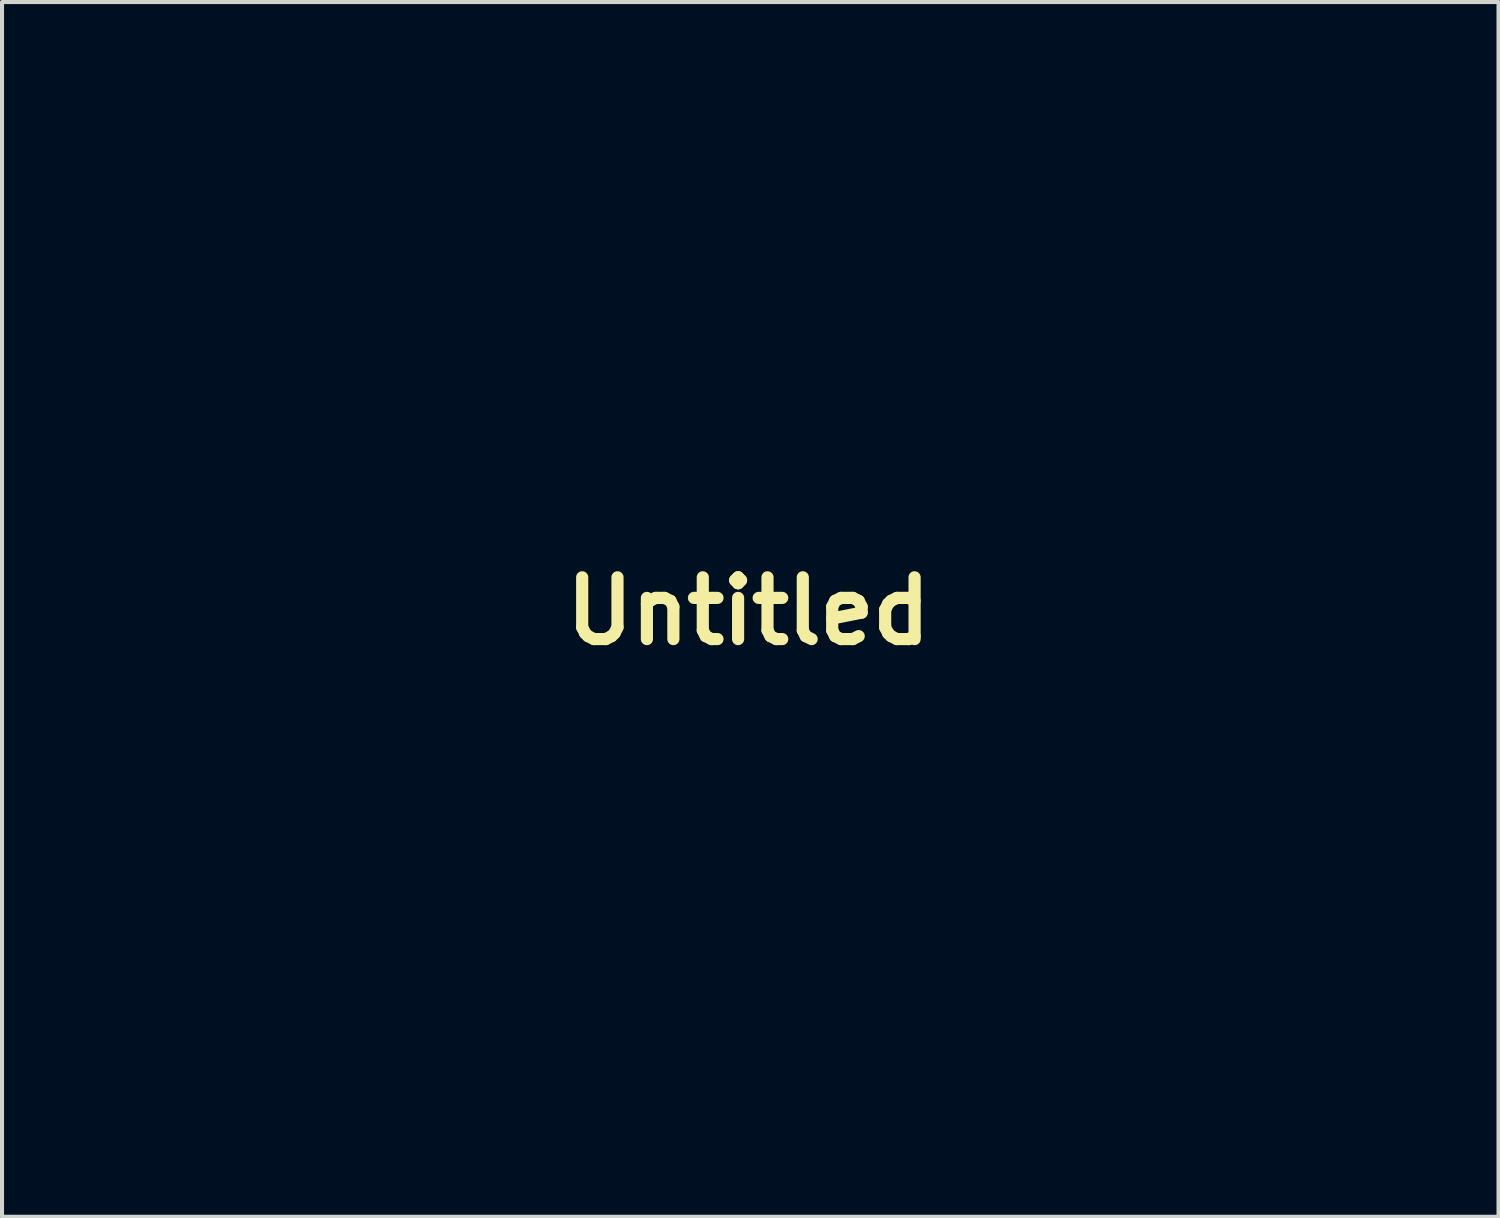
<source format=kicad_pcb>
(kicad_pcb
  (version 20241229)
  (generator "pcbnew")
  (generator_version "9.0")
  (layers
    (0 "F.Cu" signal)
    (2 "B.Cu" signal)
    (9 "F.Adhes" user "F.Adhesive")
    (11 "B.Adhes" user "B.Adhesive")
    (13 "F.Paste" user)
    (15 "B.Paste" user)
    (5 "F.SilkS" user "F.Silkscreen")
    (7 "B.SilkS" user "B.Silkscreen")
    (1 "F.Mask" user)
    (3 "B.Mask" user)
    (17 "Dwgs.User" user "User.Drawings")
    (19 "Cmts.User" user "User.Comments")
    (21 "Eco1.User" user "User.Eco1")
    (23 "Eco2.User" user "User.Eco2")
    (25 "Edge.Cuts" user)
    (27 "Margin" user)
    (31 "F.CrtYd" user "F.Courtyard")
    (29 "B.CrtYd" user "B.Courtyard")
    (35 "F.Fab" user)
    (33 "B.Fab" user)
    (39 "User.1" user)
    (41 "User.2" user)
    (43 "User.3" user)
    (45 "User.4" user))
  (footprint "Untitled"
    (layer "F.Cu")
    (at 15.414 12.028)
    (property "Reference" "Untitled" (at 0 0 0) (layer "F.SilkS") (effects (font (size 1.524 1.524) (thickness 0.3))))
    (attr through_hole)
    (fp_poly (pts (xy 0.903 7.902) (xy 0.891 7.953) (xy 0.847 7.959) (xy 0.777 7.928) (xy 0.79 7.902) (xy 0.891 7.892) (xy 0.903 7.902)) (stroke (width 0.01) (type solid)) (fill no) (layer "Eco2.User"))
    (fp_poly (pts (xy 6.071 8.77) (xy 6.062 8.936) (xy 6.049 9.017) (xy 5.995 9.276) (xy 5.95 9.398) (xy 5.92 9.369) (xy 5.917 9.349) (xy 5.919 9.113) (xy 5.964 8.886) (xy 6.025 8.763) (xy 6.071 8.77)) (stroke (width 0.01) (type solid)) (fill no) (layer "Eco2.User"))
    (fp_poly (pts (xy 0.906 8.202) (xy 0.931 8.379) (xy 0.931 8.382) (xy 0.907 8.56) (xy 0.848 8.636) (xy 0.847 8.636) (xy 0.787 8.562) (xy 0.762 8.385) (xy 0.762 8.382) (xy 0.787 8.204) (xy 0.846 8.128) (xy 0.847 8.128) (xy 0.906 8.202)) (stroke (width 0.01) (type solid)) (fill no) (layer "Eco2.User"))
    (fp_poly (pts (xy 7.223 9.047) (xy 7.197 9.229) (xy 7.177 9.313) (xy 7.11 9.524) (xy 7.046 9.642) (xy 7.029 9.652) (xy 7.01 9.58) (xy 7.036 9.399) (xy 7.057 9.313) (xy 7.125 9.103) (xy 7.189 8.985) (xy 7.205 8.975) (xy 7.223 9.047)) (stroke (width 0.01) (type solid)) (fill no) (layer "Eco2.User"))
    (fp_poly (pts (xy -13.069 -10.259) (xy -13.04 -10.067) (xy -13.039 -9.998) (xy -13.057 -9.783) (xy -13.103 -9.662) (xy -13.123 -9.652) (xy -13.183 -9.726) (xy -13.208 -9.903) (xy -13.208 -9.906) (xy -13.21 -10.107) (xy -13.214 -10.221) (xy -13.156 -10.302) (xy -13.13 -10.313) (xy -13.069 -10.259)) (stroke (width 0.01) (type solid)) (fill no) (layer "Eco2.User"))
    (fp_poly (pts (xy 5.357 -5.815) (xy 5.425 -5.797) (xy 5.397 -5.784) (xy 5.293 -5.703) (xy 5.252 -5.508) (xy 5.249 -5.412) (xy 5.23 -5.203) (xy 5.183 -5.088) (xy 5.165 -5.08) (xy 5.111 -5.155) (xy 5.082 -5.342) (xy 5.08 -5.412) (xy 5.056 -5.653) (xy 4.974 -5.767) (xy 4.932 -5.784) (xy 4.917 -5.806) (xy 5.042 -5.82) (xy 5.165 -5.822) (xy 5.357 -5.815)) (stroke (width 0.01) (type solid)) (fill no) (layer "Eco2.User"))
    (fp_poly (pts (xy 5.694 8.739) (xy 5.748 8.829) (xy 5.757 9.011) (xy 5.74 9.209) (xy 5.697 9.31) (xy 5.687 9.313) (xy 5.65 9.241) (xy 5.654 9.064) (xy 5.656 9.049) (xy 5.649 8.865) (xy 5.577 8.816) (xy 5.48 8.897) (xy 5.404 9.066) (xy 5.363 9.189) (xy 5.352 9.161) (xy 5.36 9.017) (xy 5.407 8.821) (xy 5.538 8.741) (xy 5.567 8.736) (xy 5.694 8.739)) (stroke (width 0.01) (type solid)) (fill no) (layer "Eco2.User"))
    (fp_poly (pts (xy 0.614 -1.258) (xy 0.769 -1.246) (xy 0.761 -1.225) (xy 0.699 -1.21) (xy 0.55 -1.138) (xy 0.508 -1.058) (xy 0.58 -0.954) (xy 0.699 -0.906) (xy 0.889 -0.87) (xy 0.699 -0.858) (xy 0.542 -0.794) (xy 0.508 -0.677) (xy 0.473 -0.54) (xy 0.423 -0.508) (xy 0.373 -0.584) (xy 0.343 -0.775) (xy 0.339 -0.889) (xy 0.345 -1.123) (xy 0.386 -1.232) (xy 0.496 -1.261) (xy 0.614 -1.258)) (stroke (width 0.01) (type solid)) (fill no) (layer "Eco2.User"))
    (fp_poly (pts (xy -8.422 -10.261) (xy -8.398 -10.187) (xy -8.447 -9.993) (xy -8.567 -9.894) (xy -8.763 -9.786) (xy -8.509 -9.729) (xy -8.255 -9.672) (xy -8.53 -9.662) (xy -8.743 -9.687) (xy -8.805 -9.769) (xy -8.741 -9.9) (xy -8.622 -10.007) (xy -8.498 -10.139) (xy -8.502 -10.233) (xy -8.584 -10.293) (xy -8.7 -10.228) (xy -8.796 -10.162) (xy -8.799 -10.219) (xy -8.791 -10.245) (xy -8.687 -10.359) (xy -8.54 -10.361) (xy -8.422 -10.261)) (stroke (width 0.01) (type solid)) (fill no) (layer "Eco2.User"))
    (fp_poly (pts (xy 0.343 3.359) (xy 0.416 3.498) (xy 0.482 3.679) (xy 0.514 3.837) (xy 0.548 3.83) (xy 0.627 3.7) (xy 0.677 3.598) (xy 0.771 3.412) (xy 0.831 3.328) (xy 0.84 3.335) (xy 0.822 3.479) (xy 0.764 3.686) (xy 0.69 3.892) (xy 0.62 4.035) (xy 0.588 4.064) (xy 0.523 3.993) (xy 0.429 3.813) (xy 0.387 3.715) (xy 0.311 3.495) (xy 0.284 3.348) (xy 0.29 3.322) (xy 0.343 3.359)) (stroke (width 0.01) (type solid)) (fill no) (layer "Eco2.User"))
    (fp_poly (pts (xy 0.657 -10.343) (xy 0.677 -10.224) (xy 0.708 -10.034) (xy 0.755 -9.944) (xy 0.769 -9.827) (xy 0.713 -9.754) (xy 0.615 -9.701) (xy 0.593 -9.733) (xy 0.524 -9.811) (xy 0.466 -9.821) (xy 0.36 -9.881) (xy 0.348 -10.009) (xy 0.438 -10.127) (xy 0.501 -10.131) (xy 0.483 -10.047) (xy 0.478 -9.93) (xy 0.52 -9.906) (xy 0.573 -9.975) (xy 0.559 -10.112) (xy 0.55 -10.288) (xy 0.592 -10.371) (xy 0.657 -10.343)) (stroke (width 0.01) (type solid)) (fill no) (layer "Eco2.User"))
    (fp_poly (pts (xy -0.008 8.082) (xy 0.051 8.142) (xy 0.055 8.206) (xy -0.028 8.187) (xy -0.146 8.175) (xy -0.169 8.206) (xy -0.102 8.296) (xy -0.042 8.328) (xy 0.07 8.431) (xy 0.066 8.557) (xy -0.046 8.633) (xy -0.08 8.636) (xy -0.239 8.601) (xy -0.291 8.559) (xy -0.261 8.516) (xy -0.148 8.524) (xy 0.042 8.566) (xy -0.16 8.401) (xy -0.286 8.257) (xy -0.305 8.141) (xy -0.304 8.14) (xy -0.167 8.05) (xy -0.008 8.082)) (stroke (width 0.01) (type solid)) (fill no) (layer "Eco2.User"))
    (fp_poly (pts (xy 1.251 7.899) (xy 1.231 7.953) (xy 1.231 8.028) (xy 1.315 8.028) (xy 1.414 8.045) (xy 1.461 8.171) (xy 1.471 8.319) (xy 1.46 8.541) (xy 1.421 8.63) (xy 1.373 8.575) (xy 1.339 8.403) (xy 1.286 8.216) (xy 1.204 8.186) (xy 1.12 8.313) (xy 1.087 8.424) (xy 1.054 8.55) (xy 1.04 8.529) (xy 1.042 8.352) (xy 1.044 8.304) (xy 1.081 8.035) (xy 1.159 7.899) (xy 1.176 7.891) (xy 1.251 7.899)) (stroke (width 0.01) (type solid)) (fill no) (layer "Eco2.User"))
    (fp_poly (pts (xy 5.165 -10.32) (xy 4.953 -10.228) (xy 5.149 -10.152) (xy 5.301 -10.036) (xy 5.319 -9.886) (xy 5.242 -9.734) (xy 5.109 -9.661) (xy 4.982 -9.697) (xy 4.961 -9.724) (xy 4.984 -9.771) (xy 5.088 -9.759) (xy 5.22 -9.752) (xy 5.237 -9.853) (xy 5.234 -9.873) (xy 5.143 -9.998) (xy 5.049 -10.007) (xy 4.938 -10.026) (xy 4.924 -10.163) (xy 4.925 -10.176) (xy 5.009 -10.341) (xy 5.165 -10.392) (xy 5.376 -10.412) (xy 5.165 -10.32)) (stroke (width 0.01) (type solid)) (fill no) (layer "Eco2.User"))
    (fp_poly (pts (xy -3.769 3.328) (xy -3.725 3.372) (xy -3.797 3.424) (xy -3.916 3.436) (xy -4.065 3.497) (xy -4.142 3.648) (xy -4.134 3.821) (xy -4.029 3.945) (xy -4.011 3.953) (xy -3.871 3.957) (xy -3.829 3.91) (xy -3.739 3.816) (xy -3.708 3.81) (xy -3.676 3.859) (xy -3.725 3.937) (xy -3.915 4.052) (xy -4.127 4.026) (xy -4.216 3.962) (xy -4.322 3.759) (xy -4.295 3.546) (xy -4.157 3.376) (xy -3.934 3.302) (xy -3.92 3.302) (xy -3.769 3.328)) (stroke (width 0.01) (type solid)) (fill no) (layer "Eco2.User"))
    (fp_poly (pts (xy -12.942 3.325) (xy -12.882 3.398) (xy -12.956 3.553) (xy -13.039 3.664) (xy -13.171 3.846) (xy -13.189 3.94) (xy -13.091 3.989) (xy -13.018 4.004) (xy -12.93 4.03) (xy -13.004 4.047) (xy -13.102 4.052) (xy -13.289 4.041) (xy -13.377 3.996) (xy -13.377 3.991) (xy -13.329 3.879) (xy -13.214 3.709) (xy -13.208 3.702) (xy -13.076 3.52) (xy -13.058 3.426) (xy -13.156 3.377) (xy -13.229 3.362) (xy -13.316 3.336) (xy -13.242 3.319) (xy -13.145 3.314) (xy -12.942 3.325)) (stroke (width 0.01) (type solid)) (fill no) (layer "Eco2.User"))
    (fp_poly (pts (xy -3.958 -5.829) (xy -3.785 -5.819) (xy -3.774 -5.806) (xy -3.916 -5.781) (xy -4.085 -5.719) (xy -4.149 -5.63) (xy -4.075 -5.535) (xy -3.916 -5.479) (xy -3.683 -5.444) (xy -3.916 -5.431) (xy -4.095 -5.382) (xy -4.149 -5.297) (xy -4.075 -5.197) (xy -3.916 -5.141) (xy -3.773 -5.116) (xy -3.785 -5.103) (xy -3.958 -5.093) (xy -4.127 -5.094) (xy -4.207 -5.147) (xy -4.232 -5.298) (xy -4.233 -5.461) (xy -4.227 -5.695) (xy -4.186 -5.804) (xy -4.076 -5.832) (xy -3.958 -5.829)) (stroke (width 0.01) (type solid)) (fill no) (layer "Eco2.User"))
    (fp_poly (pts (xy -8.177 -5.546) (xy -8.235 -5.272) (xy -8.305 -5.135) (xy -8.376 -5.148) (xy -8.429 -5.279) (xy -8.499 -5.463) (xy -8.577 -5.478) (xy -8.666 -5.324) (xy -8.686 -5.271) (xy -8.758 -5.133) (xy -8.819 -5.12) (xy -8.821 -5.123) (xy -8.867 -5.256) (xy -8.915 -5.481) (xy -8.925 -5.546) (xy -8.975 -5.884) (xy -8.746 -5.292) (xy -8.684 -5.567) (xy -8.623 -5.753) (xy -8.558 -5.841) (xy -8.551 -5.842) (xy -8.487 -5.769) (xy -8.424 -5.59) (xy -8.419 -5.567) (xy -8.357 -5.292) (xy -8.127 -5.884) (xy -8.177 -5.546)) (stroke (width 0.01) (type solid)) (fill no) (layer "Eco2.User"))
    (fp_poly (pts (xy -3.908 -10.341) (xy -3.861 -10.219) (xy -3.852 -10.033) (xy -3.867 -9.809) (xy -3.93 -9.703) (xy -4.043 -9.667) (xy -4.192 -9.683) (xy -4.227 -9.794) (xy -4.205 -9.877) (xy -4.177 -9.842) (xy -4.079 -9.748) (xy -3.958 -9.755) (xy -3.895 -9.857) (xy -3.895 -9.864) (xy -3.946 -9.976) (xy -3.99 -9.991) (xy -4.041 -10.024) (xy -3.99 -10.104) (xy -3.935 -10.234) (xy -3.999 -10.284) (xy -4.133 -10.223) (xy -4.226 -10.162) (xy -4.224 -10.228) (xy -4.219 -10.245) (xy -4.11 -10.351) (xy -4.015 -10.372) (xy -3.908 -10.341)) (stroke (width 0.01) (type solid)) (fill no) (layer "Eco2.User"))
    (fp_poly (pts (xy 5.369 -1.198) (xy 5.335 -1.156) (xy 5.213 -1.164) (xy 5.037 -1.151) (xy 4.959 -1.036) (xy 4.941 -0.822) (xy 5.009 -0.654) (xy 5.126 -0.593) (xy 5.265 -0.647) (xy 5.305 -0.761) (xy 5.239 -0.855) (xy 5.189 -0.911) (xy 5.295 -0.93) (xy 5.313 -0.93) (xy 5.464 -0.886) (xy 5.503 -0.738) (xy 5.464 -0.59) (xy 5.315 -0.531) (xy 5.266 -0.526) (xy 5.056 -0.546) (xy 4.928 -0.61) (xy 4.837 -0.803) (xy 4.85 -1.032) (xy 4.928 -1.168) (xy 5.089 -1.254) (xy 5.268 -1.26) (xy 5.369 -1.198)) (stroke (width 0.01) (type solid)) (fill no) (layer "Eco2.User"))
    (fp_poly (pts (xy -13.03 -1.122) (xy -12.967 -0.943) (xy -12.894 -0.669) (xy -12.877 -0.535) (xy -12.918 -0.548) (xy -12.961 -0.614) (xy -13.072 -0.736) (xy -13.139 -0.762) (xy -13.261 -0.702) (xy -13.351 -0.614) (xy -13.433 -0.523) (xy -13.44 -0.57) (xy -13.413 -0.677) (xy -13.32 -0.974) (xy -13.208 -0.974) (xy -13.164 -0.861) (xy -13.126 -0.847) (xy -13.079 -0.909) (xy -13.093 -0.974) (xy -13.153 -1.085) (xy -13.175 -1.101) (xy -13.204 -1.032) (xy -13.208 -0.974) (xy -13.32 -0.974) (xy -13.302 -1.031) (xy -13.206 -1.221) (xy -13.117 -1.25) (xy -13.03 -1.122)) (stroke (width 0.01) (type solid)) (fill no) (layer "Eco2.User"))
    (fp_poly (pts (xy -8.701 3.37) (xy -8.665 3.433) (xy -8.612 3.513) (xy -8.523 3.477) (xy -8.449 3.413) (xy -8.338 3.318) (xy -8.323 3.342) (xy -8.39 3.496) (xy -8.452 3.692) (xy -8.41 3.815) (xy -8.397 3.829) (xy -8.301 3.963) (xy -8.322 4.019) (xy -8.438 3.962) (xy -8.465 3.939) (xy -8.591 3.839) (xy -8.655 3.858) (xy -8.686 3.925) (xy -8.773 4.045) (xy -8.824 4.064) (xy -8.846 4.005) (xy -8.778 3.864) (xy -8.694 3.7) (xy -8.718 3.569) (xy -8.773 3.483) (xy -8.841 3.345) (xy -8.807 3.302) (xy -8.701 3.37)) (stroke (width 0.01) (type solid)) (fill no) (layer "Eco2.User"))
    (fp_poly (pts (xy -4.009 -1.254) (xy -3.767 -1.164) (xy -3.661 -0.982) (xy -3.704 -0.732) (xy -3.707 -0.726) (xy -3.855 -0.547) (xy -4.02 -0.508) (xy -4.151 -0.523) (xy -4.213 -0.599) (xy -4.232 -0.78) (xy -4.233 -0.889) (xy -4.149 -0.889) (xy -4.133 -0.683) (xy -4.072 -0.607) (xy -4 -0.609) (xy -3.883 -0.704) (xy -3.852 -0.889) (xy -3.895 -1.098) (xy -4 -1.169) (xy -4.101 -1.155) (xy -4.143 -1.036) (xy -4.149 -0.889) (xy -4.233 -0.889) (xy -4.233 -0.895) (xy -4.226 -1.13) (xy -4.188 -1.239) (xy -4.092 -1.262) (xy -4.009 -1.254)) (stroke (width 0.01) (type solid)) (fill no) (layer "Eco2.User"))
    (fp_poly (pts (xy -12.994 -5.807) (xy -12.855 -5.75) (xy -12.799 -5.64) (xy -12.798 -5.418) (xy -12.798 -5.416) (xy -12.823 -5.199) (xy -12.888 -5.103) (xy -13.026 -5.08) (xy -13.038 -5.08) (xy -13.245 -5.117) (xy -13.36 -5.182) (xy -13.452 -5.376) (xy -13.44 -5.531) (xy -13.363 -5.531) (xy -13.34 -5.366) (xy -13.243 -5.208) (xy -13.095 -5.193) (xy -12.942 -5.323) (xy -12.928 -5.344) (xy -12.88 -5.536) (xy -12.954 -5.695) (xy -13.116 -5.757) (xy -13.301 -5.701) (xy -13.363 -5.531) (xy -13.44 -5.531) (xy -13.434 -5.604) (xy -13.336 -5.756) (xy -13.151 -5.82) (xy -12.994 -5.807)) (stroke (width 0.01) (type solid)) (fill no) (layer "Eco2.User"))
    (fp_poly (pts (xy -8.357 -1.192) (xy -8.352 -1.187) (xy -8.319 -1.126) (xy -8.421 -1.131) (xy -8.488 -1.146) (xy -8.669 -1.157) (xy -8.72 -1.095) (xy -8.638 -0.998) (xy -8.503 -0.929) (xy -8.336 -0.812) (xy -8.313 -0.698) (xy -8.406 -0.577) (xy -8.575 -0.522) (xy -8.746 -0.544) (xy -8.834 -0.63) (xy -8.838 -0.742) (xy -8.803 -0.762) (xy -8.723 -0.697) (xy -8.721 -0.677) (xy -8.659 -0.604) (xy -8.531 -0.604) (xy -8.424 -0.677) (xy -8.454 -0.764) (xy -8.595 -0.847) (xy -8.765 -0.964) (xy -8.789 -1.079) (xy -8.692 -1.215) (xy -8.521 -1.26) (xy -8.357 -1.192)) (stroke (width 0.01) (type solid)) (fill no) (layer "Eco2.User"))
    (fp_poly (pts (xy 0.336 7.938) (xy 0.339 7.959) (xy 0.407 8.035) (xy 0.457 8.043) (xy 0.586 8.112) (xy 0.626 8.177) (xy 0.673 8.384) (xy 0.662 8.558) (xy 0.598 8.636) (xy 0.593 8.636) (xy 0.533 8.562) (xy 0.508 8.385) (xy 0.508 8.382) (xy 0.483 8.204) (xy 0.424 8.128) (xy 0.423 8.128) (xy 0.364 8.202) (xy 0.339 8.379) (xy 0.339 8.382) (xy 0.314 8.56) (xy 0.255 8.636) (xy 0.254 8.636) (xy 0.204 8.56) (xy 0.173 8.369) (xy 0.169 8.255) (xy 0.186 8.028) (xy 0.229 7.891) (xy 0.254 7.874) (xy 0.336 7.938)) (stroke (width 0.01) (type solid)) (fill no) (layer "Eco2.User"))
    (fp_poly (pts (xy 6.437 8.998) (xy 6.605 9.03) (xy 6.837 9.104) (xy 6.925 9.224) (xy 6.9 9.399) (xy 6.791 9.528) (xy 6.627 9.566) (xy 6.487 9.498) (xy 6.477 9.482) (xy 6.456 9.338) (xy 6.457 9.335) (xy 6.54 9.335) (xy 6.564 9.402) (xy 6.673 9.465) (xy 6.789 9.402) (xy 6.843 9.285) (xy 6.808 9.165) (xy 6.742 9.144) (xy 6.588 9.202) (xy 6.54 9.335) (xy 6.457 9.335) (xy 6.477 9.228) (xy 6.489 9.089) (xy 6.418 9.073) (xy 6.295 9.176) (xy 6.239 9.25) (xy 6.107 9.44) (xy 6.165 9.209) (xy 6.212 9.055) (xy 6.286 8.992) (xy 6.437 8.998)) (stroke (width 0.01) (type solid)) (fill no) (layer "Eco2.User"))
    (fp_poly (pts (xy 0.773 -5.823) (xy 0.853 -5.779) (xy 0.853 -5.779) (xy 0.873 -5.464) (xy 0.868 -5.222) (xy 0.841 -5.092) (xy 0.826 -5.08) (xy 0.774 -5.151) (xy 0.762 -5.249) (xy 0.707 -5.388) (xy 0.586 -5.422) (xy 0.46 -5.355) (xy 0.398 -5.228) (xy 0.376 -5.191) (xy 0.358 -5.299) (xy 0.35 -5.44) (xy 0.349 -5.63) (xy 0.423 -5.63) (xy 0.494 -5.527) (xy 0.593 -5.503) (xy 0.731 -5.556) (xy 0.762 -5.63) (xy 0.691 -5.734) (xy 0.593 -5.757) (xy 0.455 -5.704) (xy 0.423 -5.63) (xy 0.349 -5.63) (xy 0.349 -5.682) (xy 0.383 -5.8) (xy 0.477 -5.839) (xy 0.593 -5.842) (xy 0.773 -5.823)) (stroke (width 0.01) (type solid)) (fill no) (layer "Eco2.User"))
    (fp_poly (pts (xy 5.285 3.358) (xy 5.358 3.43) (xy 5.376 3.61) (xy 5.376 3.683) (xy 5.366 3.901) (xy 5.306 4.004) (xy 5.158 4.042) (xy 5.096 4.049) (xy 4.816 4.075) (xy 4.831 3.859) (xy 4.995 3.859) (xy 5.053 3.951) (xy 5.176 3.955) (xy 5.289 3.878) (xy 5.313 3.831) (xy 5.274 3.746) (xy 5.172 3.725) (xy 5.026 3.779) (xy 4.995 3.859) (xy 4.831 3.859) (xy 4.842 3.71) (xy 4.863 3.521) (xy 4.995 3.521) (xy 5.045 3.613) (xy 5.146 3.599) (xy 5.23 3.487) (xy 5.193 3.401) (xy 5.129 3.387) (xy 5.013 3.455) (xy 4.995 3.521) (xy 4.863 3.521) (xy 4.868 3.481) (xy 4.925 3.376) (xy 5.05 3.346) (xy 5.122 3.344) (xy 5.285 3.358)) (stroke (width 0.01) (type solid)) (fill no) (layer "Eco2.User"))
    (fp_poly (pts (xy 4.698 8.568) (xy 4.712 8.596) (xy 4.788 8.677) (xy 4.867 8.637) (xy 5.03 8.575) (xy 5.164 8.637) (xy 5.236 8.776) (xy 5.215 8.947) (xy 5.148 9.042) (xy 5.005 9.137) (xy 4.882 9.079) (xy 4.847 9.038) (xy 4.775 8.91) (xy 4.858 8.91) (xy 4.914 9.031) (xy 5.003 9.059) (xy 5.101 8.992) (xy 5.136 8.927) (xy 5.144 8.769) (xy 5.062 8.69) (xy 4.94 8.731) (xy 4.917 8.756) (xy 4.858 8.91) (xy 4.775 8.91) (xy 4.754 8.873) (xy 4.704 8.742) (xy 4.61 8.591) (xy 4.495 8.56) (xy 4.413 8.649) (xy 4.403 8.73) (xy 4.44 8.86) (xy 4.53 8.859) (xy 4.639 8.858) (xy 4.657 8.893) (xy 4.586 8.961) (xy 4.496 8.975) (xy 4.333 8.906) (xy 4.264 8.737) (xy 4.287 8.594) (xy 4.402 8.487) (xy 4.567 8.479) (xy 4.698 8.568)) (stroke (width 0.01) (type solid)) (fill no) (layer "Eco2.User"))
    (fp_poly (pts (xy -2.952 6.579) (xy -2.883 6.641) (xy -2.841 6.745) (xy -2.763 6.984) (xy -2.657 7.33) (xy -2.532 7.754) (xy -2.396 8.229) (xy -2.256 8.725) (xy -2.12 9.215) (xy -1.997 9.67) (xy -1.894 10.062) (xy -1.82 10.362) (xy -1.781 10.543) (xy -1.778 10.574) (xy -1.801 10.671) (xy -1.881 10.763) (xy -2.035 10.857) (xy -2.281 10.96) (xy -2.636 11.078) (xy -3.118 11.219) (xy -3.743 11.39) (xy -3.895 11.431) (xy -4.437 11.574) (xy -4.923 11.702) (xy -5.329 11.808) (xy -5.633 11.886) (xy -5.811 11.93) (xy -5.847 11.938) (xy -5.946 11.894) (xy -6.041 11.831) (xy -6.12 11.703) (xy -6.233 11.412) (xy -6.379 10.961) (xy -6.556 10.353) (xy -6.692 9.862) (xy -6.837 9.32) (xy -6.966 8.827) (xy -7.072 8.408) (xy -7.149 8.09) (xy -7.19 7.897) (xy -7.196 7.855) (xy -7.174 7.803) (xy -7.068 7.803) (xy -7.034 8.048) (xy -6.953 8.44) (xy -6.824 8.983) (xy -6.648 9.671) (xy -6.462 10.365) (xy -6.307 10.907) (xy -6.177 11.312) (xy -6.067 11.594) (xy -5.973 11.766) (xy -5.889 11.844) (xy -5.85 11.851) (xy -5.757 11.83) (xy -5.525 11.77) (xy -5.177 11.679) (xy -4.736 11.562) (xy -4.228 11.426) (xy -3.946 11.35) (xy -3.406 11.2) (xy -2.917 11.058) (xy -2.504 10.93) (xy -2.192 10.825) (xy -2.007 10.75) (xy -1.97 10.727) (xy -1.935 10.67) (xy -1.922 10.576) (xy -1.935 10.425) (xy -1.978 10.195) (xy -2.054 9.867) (xy -2.169 9.42) (xy -2.325 8.834) (xy -2.356 8.72) (xy -2.507 8.175) (xy -2.651 7.681) (xy -2.781 7.262) (xy -2.888 6.944) (xy -2.965 6.752) (xy -2.991 6.709) (xy -3.047 6.673) (xy -3.135 6.657) (xy -3.277 6.666) (xy -3.492 6.704) (xy -3.802 6.774) (xy -4.226 6.881) (xy -4.784 7.028) (xy -5.043 7.097) (xy -5.591 7.246) (xy -6.086 7.386) (xy -6.504 7.508) (xy -6.82 7.607) (xy -7.01 7.675) (xy -7.055 7.698) (xy -7.068 7.803) (xy -7.174 7.803) (xy -7.131 7.703) (xy -7.006 7.587) (xy -6.878 7.535) (xy -6.615 7.45) (xy -6.247 7.339) (xy -5.805 7.211) (xy -5.317 7.074) (xy -4.814 6.936) (xy -4.325 6.805) (xy -3.88 6.69) (xy -3.509 6.599) (xy -3.241 6.539) (xy -3.111 6.519) (xy -2.952 6.579)) (stroke (width 0.01) (type solid)) (fill no) (layer "Eco2.User"))
    (fp_poly (pts (xy 4.44 6.542) (xy 4.715 6.604) (xy 5.091 6.697) (xy 5.54 6.813) (xy 6.031 6.944) (xy 6.534 7.082) (xy 7.019 7.219) (xy 7.458 7.346) (xy 7.82 7.456) (xy 8.075 7.54) (xy 8.191 7.587) (xy 8.335 7.729) (xy 8.381 7.855) (xy 8.36 7.976) (xy 8.3 8.235) (xy 8.207 8.607) (xy 8.089 9.066) (xy 7.951 9.587) (xy 7.877 9.862) (xy 7.698 10.512) (xy 7.551 11.014) (xy 7.428 11.387) (xy 7.321 11.647) (xy 7.224 11.814) (xy 7.128 11.903) (xy 7.027 11.932) (xy 6.99 11.932) (xy 6.884 11.909) (xy 6.641 11.848) (xy 6.287 11.757) (xy 5.848 11.641) (xy 5.349 11.508) (xy 5.249 11.481) (xy 4.731 11.341) (xy 4.255 11.213) (xy 3.851 11.105) (xy 3.548 11.025) (xy 3.375 10.979) (xy 3.363 10.976) (xy 3.218 10.93) (xy 3.115 10.861) (xy 3.053 10.75) (xy 3.034 10.578) (xy 3.036 10.555) (xy 3.108 10.555) (xy 3.116 10.657) (xy 3.148 10.719) (xy 3.156 10.728) (xy 3.26 10.776) (xy 3.499 10.859) (xy 3.844 10.97) (xy 4.267 11.1) (xy 4.739 11.241) (xy 5.231 11.385) (xy 5.714 11.522) (xy 6.161 11.645) (xy 6.542 11.746) (xy 6.829 11.815) (xy 6.993 11.846) (xy 6.993 11.846) (xy 7.116 11.794) (xy 7.212 11.705) (xy 7.278 11.573) (xy 7.371 11.311) (xy 7.484 10.947) (xy 7.61 10.511) (xy 7.741 10.028) (xy 7.871 9.527) (xy 7.993 9.037) (xy 8.098 8.584) (xy 8.18 8.197) (xy 8.233 7.903) (xy 8.248 7.73) (xy 8.24 7.698) (xy 8.137 7.653) (xy 7.893 7.571) (xy 7.534 7.462) (xy 7.083 7.332) (xy 6.564 7.187) (xy 6.228 7.097) (xy 5.612 6.933) (xy 5.138 6.811) (xy 4.786 6.727) (xy 4.536 6.677) (xy 4.368 6.657) (xy 4.261 6.664) (xy 4.195 6.693) (xy 4.176 6.709) (xy 4.119 6.825) (xy 4.026 7.08) (xy 3.907 7.448) (xy 3.77 7.906) (xy 3.621 8.428) (xy 3.541 8.72) (xy 3.378 9.331) (xy 3.256 9.8) (xy 3.174 10.146) (xy 3.125 10.391) (xy 3.108 10.555) (xy 3.036 10.555) (xy 3.057 10.326) (xy 3.125 9.975) (xy 3.237 9.505) (xy 3.395 8.899) (xy 3.461 8.652) (xy 3.61 8.106) (xy 3.751 7.612) (xy 3.875 7.193) (xy 3.976 6.876) (xy 4.046 6.684) (xy 4.068 6.641) (xy 4.218 6.536) (xy 4.296 6.519) (xy 4.44 6.542)) (stroke (width 0.01) (type solid)) (fill no) (layer "Eco2.User"))
    (fp_poly (pts (xy 15.384 -11.769) (xy 15.403 -11.648) (xy 15.42 -11.372) (xy 15.435 -10.955) (xy 15.449 -10.41) (xy 15.461 -9.751) (xy 15.471 -8.992) (xy 15.48 -8.146) (xy 15.488 -7.229) (xy 15.494 -6.253) (xy 15.498 -5.232) (xy 15.501 -4.181) (xy 15.502 -3.112) (xy 15.501 -2.041) (xy 15.499 -0.981) (xy 15.496 0.055) (xy 15.491 1.052) (xy 15.484 1.997) (xy 15.476 2.876) (xy 15.466 3.674) (xy 15.454 4.378) (xy 15.441 4.975) (xy 15.427 5.45) (xy 15.41 5.789) (xy 15.393 5.979) (xy 15.384 6.011) (xy 15.277 6.223) (xy 12.053 6.245) (xy 11.223 6.25) (xy 10.546 6.253) (xy 10.006 6.252) (xy 9.587 6.248) (xy 9.272 6.239) (xy 9.046 6.226) (xy 8.892 6.206) (xy 8.793 6.181) (xy 8.734 6.149) (xy 8.711 6.126) (xy 8.691 6.019) (xy 8.672 5.757) (xy 8.655 5.352) (xy 8.639 4.82) (xy 8.624 4.172) (xy 8.611 3.424) (xy 8.599 2.589) (xy 8.589 1.679) (xy 8.58 0.71) (xy 8.572 -0.305) (xy 8.566 -1.352) (xy 8.562 -2.419) (xy 8.561 -2.877) (xy 8.721 -2.877) (xy 8.721 -1.395) (xy 8.722 -0.074) (xy 8.724 1.093) (xy 8.727 2.116) (xy 8.732 3.001) (xy 8.737 3.757) (xy 8.744 4.392) (xy 8.752 4.914) (xy 8.761 5.33) (xy 8.772 5.651) (xy 8.785 5.882) (xy 8.8 6.032) (xy 8.816 6.11) (xy 8.826 6.125) (xy 8.939 6.137) (xy 9.197 6.147) (xy 9.578 6.155) (xy 10.058 6.162) (xy 10.614 6.168) (xy 11.222 6.171) (xy 11.858 6.173) (xy 12.501 6.173) (xy 13.125 6.171) (xy 13.708 6.168) (xy 14.226 6.162) (xy 14.656 6.155) (xy 14.975 6.146) (xy 15.158 6.135) (xy 15.191 6.129) (xy 15.212 6.109) (xy 15.231 6.061) (xy 15.248 5.974) (xy 15.263 5.839) (xy 15.275 5.648) (xy 15.286 5.391) (xy 15.295 5.057) (xy 15.303 4.639) (xy 15.309 4.127) (xy 15.314 3.51) (xy 15.318 2.781) (xy 15.321 1.929) (xy 15.323 0.945) (xy 15.324 -0.181) (xy 15.324 -1.457) (xy 15.325 -2.879) (xy 15.324 -4.313) (xy 15.324 -5.588) (xy 15.323 -6.712) (xy 15.321 -7.694) (xy 15.318 -8.545) (xy 15.314 -9.274) (xy 15.309 -9.889) (xy 15.303 -10.401) (xy 15.295 -10.818) (xy 15.286 -11.151) (xy 15.275 -11.407) (xy 15.263 -11.598) (xy 15.248 -11.732) (xy 15.231 -11.819) (xy 15.212 -11.867) (xy 15.191 -11.887) (xy 15.073 -11.9) (xy 14.81 -11.911) (xy 14.425 -11.92) (xy 13.942 -11.927) (xy 13.383 -11.932) (xy 12.773 -11.936) (xy 12.135 -11.937) (xy 11.494 -11.936) (xy 10.871 -11.934) (xy 10.292 -11.929) (xy 9.78 -11.923) (xy 9.357 -11.914) (xy 9.049 -11.904) (xy 8.878 -11.891) (xy 8.855 -11.887) (xy 8.833 -11.867) (xy 8.814 -11.818) (xy 8.797 -11.731) (xy 8.783 -11.597) (xy 8.77 -11.405) (xy 8.759 -11.148) (xy 8.75 -10.815) (xy 8.742 -10.397) (xy 8.736 -9.884) (xy 8.731 -9.268) (xy 8.727 -8.538) (xy 8.725 -7.686) (xy 8.723 -6.702) (xy 8.721 -5.577) (xy 8.721 -4.301) (xy 8.721 -2.877) (xy 8.561 -2.877) (xy 8.559 -3.491) (xy 8.558 -4.554) (xy 8.559 -5.595) (xy 8.561 -6.6) (xy 8.565 -7.555) (xy 8.571 -8.447) (xy 8.579 -9.263) (xy 8.589 -9.987) (xy 8.6 -10.608) (xy 8.614 -11.11) (xy 8.63 -11.481) (xy 8.647 -11.706) (xy 8.66 -11.769) (xy 8.768 -11.98) (xy 15.277 -11.98) (xy 15.384 -11.769)) (stroke (width 0.01) (type solid)) (fill no) (layer "Eco2.User"))
    (fp_poly (pts (xy 5.815 -12.022) (xy 6.303 -12.018) (xy 6.665 -12.01) (xy 6.921 -11.995) (xy 7.095 -11.973) (xy 7.206 -11.942) (xy 7.277 -11.9) (xy 7.311 -11.868) (xy 7.356 -11.799) (xy 7.39 -11.693) (xy 7.416 -11.528) (xy 7.433 -11.281) (xy 7.443 -10.933) (xy 7.449 -10.461) (xy 7.451 -9.845) (xy 7.451 -9.737) (xy 7.449 -9.096) (xy 7.445 -8.604) (xy 7.435 -8.238) (xy 7.419 -7.978) (xy 7.395 -7.801) (xy 7.362 -7.687) (xy 7.318 -7.614) (xy 7.311 -7.606) (xy 7.217 -7.476) (xy 7.247 -7.371) (xy 7.311 -7.296) (xy 7.356 -7.227) (xy 7.39 -7.121) (xy 7.416 -6.956) (xy 7.433 -6.709) (xy 7.443 -6.361) (xy 7.449 -5.889) (xy 7.451 -5.273) (xy 7.451 -5.165) (xy 7.449 -4.524) (xy 7.445 -4.032) (xy 7.435 -3.666) (xy 7.419 -3.406) (xy 7.395 -3.229) (xy 7.362 -3.115) (xy 7.318 -3.042) (xy 7.311 -3.034) (xy 7.217 -2.904) (xy 7.247 -2.799) (xy 7.311 -2.724) (xy 7.356 -2.655) (xy 7.39 -2.549) (xy 7.416 -2.384) (xy 7.433 -2.137) (xy 7.443 -1.789) (xy 7.449 -1.317) (xy 7.451 -0.701) (xy 7.451 -0.593) (xy 7.449 0.048) (xy 7.445 0.54) (xy 7.435 0.906) (xy 7.419 1.166) (xy 7.395 1.343) (xy 7.362 1.457) (xy 7.318 1.53) (xy 7.311 1.538) (xy 7.217 1.668) (xy 7.247 1.773) (xy 7.311 1.848) (xy 7.356 1.916) (xy 7.39 2.022) (xy 7.415 2.187) (xy 7.433 2.433) (xy 7.443 2.779) (xy 7.449 3.249) (xy 7.451 3.863) (xy 7.451 3.994) (xy 7.45 4.63) (xy 7.446 5.118) (xy 7.438 5.479) (xy 7.423 5.736) (xy 7.401 5.909) (xy 7.37 6.021) (xy 7.328 6.092) (xy 7.296 6.125) (xy 7.227 6.171) (xy 7.121 6.205) (xy 6.956 6.23) (xy 6.709 6.247) (xy 6.361 6.258) (xy 5.889 6.264) (xy 5.273 6.265) (xy 5.165 6.265) (xy 4.526 6.264) (xy 4.034 6.259) (xy 3.669 6.25) (xy 3.409 6.234) (xy 3.233 6.21) (xy 3.118 6.177) (xy 3.044 6.134) (xy 3.031 6.123) (xy 2.902 6.028) (xy 2.804 6.055) (xy 2.734 6.12) (xy 2.641 6.237) (xy 2.669 6.339) (xy 2.736 6.418) (xy 2.782 6.485) (xy 2.817 6.589) (xy 2.842 6.749) (xy 2.86 6.988) (xy 2.871 7.327) (xy 2.877 7.787) (xy 2.879 8.389) (xy 2.879 8.566) (xy 2.878 9.202) (xy 2.874 9.69) (xy 2.866 10.051) (xy 2.851 10.308) (xy 2.829 10.481) (xy 2.798 10.593) (xy 2.756 10.664) (xy 2.724 10.697) (xy 2.656 10.742) (xy 2.55 10.777) (xy 2.385 10.802) (xy 2.139 10.819) (xy 1.793 10.83) (xy 1.323 10.835) (xy 0.709 10.837) (xy 0.578 10.837) (xy -0.058 10.836) (xy -0.546 10.833) (xy -0.907 10.824) (xy -1.164 10.81) (xy -1.337 10.788) (xy -1.449 10.757) (xy -1.52 10.715) (xy -1.553 10.682) (xy -1.599 10.614) (xy -1.633 10.508) (xy -1.658 10.342) (xy -1.675 10.096) (xy -1.686 9.748) (xy -1.692 9.276) (xy -1.693 8.66) (xy -1.693 8.551) (xy -1.693 8.55) (xy -1.609 8.55) (xy -1.608 9.191) (xy -1.604 9.684) (xy -1.596 10.049) (xy -1.582 10.306) (xy -1.561 10.476) (xy -1.531 10.58) (xy -1.492 10.638) (xy -1.46 10.661) (xy -1.327 10.69) (xy -1.054 10.713) (xy -0.673 10.731) (xy -0.215 10.743) (xy 0.292 10.749) (xy 0.815 10.75) (xy 1.325 10.745) (xy 1.792 10.735) (xy 2.184 10.718) (xy 2.471 10.696) (xy 2.624 10.668) (xy 2.63 10.665) (xy 2.682 10.629) (xy 2.721 10.569) (xy 2.75 10.465) (xy 2.77 10.295) (xy 2.783 10.039) (xy 2.79 9.676) (xy 2.793 9.185) (xy 2.794 8.551) (xy 2.793 7.913) (xy 2.79 7.423) (xy 2.783 7.061) (xy 2.77 6.806) (xy 2.75 6.637) (xy 2.721 6.533) (xy 2.681 6.473) (xy 2.63 6.438) (xy 2.491 6.409) (xy 2.213 6.385) (xy 1.828 6.368) (xy 1.365 6.356) (xy 0.856 6.35) (xy 0.332 6.35) (xy -0.177 6.356) (xy -0.64 6.368) (xy -1.026 6.385) (xy -1.304 6.408) (xy -1.445 6.437) (xy -1.445 6.438) (xy -1.496 6.474) (xy -1.536 6.534) (xy -1.565 6.638) (xy -1.585 6.808) (xy -1.598 7.064) (xy -1.605 7.427) (xy -1.608 7.919) (xy -1.609 8.55) (xy -1.693 8.55) (xy -1.692 7.912) (xy -1.687 7.421) (xy -1.678 7.056) (xy -1.662 6.796) (xy -1.638 6.619) (xy -1.605 6.505) (xy -1.562 6.431) (xy -1.551 6.418) (xy -1.456 6.289) (xy -1.483 6.191) (xy -1.548 6.12) (xy -1.665 6.027) (xy -1.767 6.056) (xy -1.846 6.123) (xy -1.914 6.169) (xy -2.017 6.204) (xy -2.179 6.229) (xy -2.418 6.247) (xy -2.758 6.258) (xy -3.22 6.263) (xy -3.825 6.265) (xy -3.979 6.265) (xy -4.62 6.264) (xy -5.112 6.259) (xy -5.478 6.249) (xy -5.738 6.233) (xy -5.915 6.209) (xy -6.029 6.176) (xy -6.102 6.133) (xy -6.111 6.125) (xy -6.24 6.032) (xy -6.345 6.061) (xy -6.42 6.125) (xy -6.489 6.171) (xy -6.595 6.205) (xy -6.76 6.23) (xy -7.007 6.247) (xy -7.355 6.258) (xy -7.827 6.264) (xy -8.443 6.265) (xy -8.551 6.265) (xy -9.192 6.264) (xy -9.684 6.259) (xy -10.05 6.249) (xy -10.31 6.233) (xy -10.487 6.209) (xy -10.601 6.176) (xy -10.674 6.133) (xy -10.682 6.125) (xy -10.812 6.032) (xy -10.917 6.061) (xy -10.992 6.125) (xy -11.06 6.17) (xy -11.166 6.205) (xy -11.331 6.23) (xy -11.577 6.247) (xy -11.923 6.258) (xy -12.393 6.263) (xy -13.007 6.265) (xy -13.138 6.265) (xy -13.774 6.264) (xy -14.262 6.261) (xy -14.623 6.252) (xy -14.88 6.238) (xy -15.053 6.216) (xy -15.165 6.185) (xy -15.236 6.143) (xy -15.269 6.111) (xy -15.315 6.042) (xy -15.349 5.936) (xy -15.374 5.77) (xy -15.391 5.524) (xy -15.402 5.176) (xy -15.408 4.704) (xy -15.409 4.088) (xy -15.409 3.979) (xy -15.409 3.978) (xy -15.325 3.978) (xy -15.324 4.619) (xy -15.32 5.112) (xy -15.312 5.477) (xy -15.298 5.734) (xy -15.277 5.904) (xy -15.247 6.008) (xy -15.208 6.066) (xy -15.177 6.089) (xy -15.043 6.118) (xy -14.77 6.141) (xy -14.389 6.159) (xy -13.931 6.171) (xy -13.424 6.177) (xy -12.901 6.178) (xy -12.391 6.173) (xy -11.924 6.163) (xy -11.532 6.146) (xy -11.245 6.124) (xy -11.092 6.096) (xy -11.086 6.093) (xy -11.034 6.057) (xy -10.995 5.997) (xy -10.966 5.893) (xy -10.946 5.723) (xy -10.933 5.467) (xy -10.926 5.104) (xy -10.923 4.613) (xy -10.922 3.979) (xy -10.922 3.978) (xy -10.753 3.978) (xy -10.752 4.619) (xy -10.748 5.112) (xy -10.74 5.477) (xy -10.726 5.734) (xy -10.705 5.904) (xy -10.675 6.008) (xy -10.636 6.066) (xy -10.604 6.089) (xy -10.471 6.118) (xy -10.198 6.141) (xy -9.817 6.159) (xy -9.359 6.171) (xy -8.852 6.177) (xy -8.329 6.178) (xy -7.819 6.173) (xy -7.352 6.163) (xy -6.96 6.146) (xy -6.673 6.124) (xy -6.52 6.096) (xy -6.514 6.093) (xy -6.462 6.057) (xy -6.423 5.997) (xy -6.394 5.893) (xy -6.374 5.723) (xy -6.361 5.467) (xy -6.354 5.104) (xy -6.351 4.613) (xy -6.35 3.979) (xy -6.35 3.978) (xy -6.181 3.978) (xy -6.18 4.619) (xy -6.176 5.112) (xy -6.168 5.477) (xy -6.154 5.734) (xy -6.133 5.904) (xy -6.103 6.008) (xy -6.064 6.066) (xy -6.032 6.089) (xy -5.899 6.118) (xy -5.626 6.141) (xy -5.245 6.159) (xy -4.787 6.171) (xy -4.28 6.177) (xy -3.757 6.178) (xy -3.247 6.173) (xy -2.78 6.163) (xy -2.388 6.146) (xy -2.101 6.124) (xy -1.948 6.096) (xy -1.942 6.093) (xy -1.89 6.057) (xy -1.851 5.997) (xy -1.822 5.893) (xy -1.802 5.723) (xy -1.789 5.467) (xy -1.782 5.104) (xy -1.779 4.613) (xy -1.778 3.979) (xy -1.778 3.978) (xy -1.609 3.978) (xy -1.608 4.619) (xy -1.604 5.112) (xy -1.596 5.477) (xy -1.582 5.734) (xy -1.561 5.904) (xy -1.531 6.008) (xy -1.492 6.066) (xy -1.46 6.089) (xy -1.327 6.118) (xy -1.054 6.141) (xy -0.673 6.159) (xy -0.215 6.171) (xy 0.292 6.177) (xy 0.815 6.178) (xy 1.325 6.173) (xy 1.792 6.163) (xy 2.184 6.146) (xy 2.471 6.124) (xy 2.624 6.096) (xy 2.63 6.093) (xy 2.682 6.057) (xy 2.721 5.997) (xy 2.75 5.893) (xy 2.77 5.723) (xy 2.783 5.467) (xy 2.79 5.104) (xy 2.793 4.613) (xy 2.794 3.979) (xy 2.794 3.978) (xy 2.963 3.978) (xy 2.964 4.619) (xy 2.968 5.112) (xy 2.976 5.477) (xy 2.99 5.734) (xy 3.011 5.904) (xy 3.041 6.008) (xy 3.08 6.066) (xy 3.111 6.089) (xy 3.245 6.118) (xy 3.518 6.141) (xy 3.899 6.159) (xy 4.357 6.171) (xy 4.864 6.177) (xy 5.387 6.178) (xy 5.897 6.173) (xy 6.364 6.163) (xy 6.756 6.146) (xy 7.043 6.124) (xy 7.196 6.096) (xy 7.202 6.093) (xy 7.254 6.057) (xy 7.293 5.997) (xy 7.322 5.893) (xy 7.342 5.723) (xy 7.355 5.467) (xy 7.362 5.104) (xy 7.365 4.613) (xy 7.366 3.979) (xy 7.365 3.341) (xy 7.362 2.851) (xy 7.355 2.489) (xy 7.342 2.234) (xy 7.322 2.065) (xy 7.293 1.961) (xy 7.253 1.901) (xy 7.202 1.866) (xy 7.063 1.837) (xy 6.785 1.813) (xy 6.4 1.796) (xy 5.937 1.784) (xy 5.428 1.778) (xy 4.904 1.778) (xy 4.395 1.784) (xy 3.932 1.796) (xy 3.546 1.813) (xy 3.268 1.836) (xy 3.127 1.865) (xy 3.127 1.866) (xy 3.076 1.902) (xy 3.036 1.962) (xy 3.007 2.066) (xy 2.987 2.236) (xy 2.974 2.492) (xy 2.967 2.855) (xy 2.964 3.347) (xy 2.963 3.978) (xy 2.794 3.978) (xy 2.793 3.341) (xy 2.79 2.851) (xy 2.783 2.489) (xy 2.77 2.234) (xy 2.75 2.065) (xy 2.721 1.961) (xy 2.681 1.901) (xy 2.63 1.866) (xy 2.491 1.837) (xy 2.213 1.813) (xy 1.828 1.796) (xy 1.365 1.784) (xy 0.856 1.778) (xy 0.332 1.778) (xy -0.177 1.784) (xy -0.64 1.796) (xy -1.026 1.813) (xy -1.304 1.836) (xy -1.445 1.865) (xy -1.445 1.866) (xy -1.496 1.902) (xy -1.536 1.962) (xy -1.565 2.066) (xy -1.585 2.236) (xy -1.598 2.492) (xy -1.605 2.855) (xy -1.608 3.347) (xy -1.609 3.978) (xy -1.778 3.978) (xy -1.779 3.341) (xy -1.782 2.851) (xy -1.789 2.489) (xy -1.802 2.234) (xy -1.822 2.065) (xy -1.851 1.961) (xy -1.891 1.901) (xy -1.942 1.866) (xy -2.081 1.837) (xy -2.359 1.813) (xy -2.744 1.796) (xy -3.207 1.784) (xy -3.716 1.778) (xy -4.24 1.778) (xy -4.749 1.784) (xy -5.212 1.796) (xy -5.598 1.813) (xy -5.876 1.836) (xy -6.017 1.865) (xy -6.017 1.866) (xy -6.068 1.902) (xy -6.108 1.962) (xy -6.137 2.066) (xy -6.157 2.236) (xy -6.17 2.492) (xy -6.177 2.855) (xy -6.18 3.347) (xy -6.181 3.978) (xy -6.35 3.978) (xy -6.351 3.341) (xy -6.354 2.851) (xy -6.361 2.489) (xy -6.374 2.234) (xy -6.394 2.065) (xy -6.423 1.961) (xy -6.463 1.901) (xy -6.514 1.866) (xy -6.653 1.837) (xy -6.931 1.813) (xy -7.316 1.796) (xy -7.779 1.784) (xy -8.288 1.778) (xy -8.812 1.778) (xy -9.321 1.784) (xy -9.784 1.796) (xy -10.17 1.813) (xy -10.448 1.836) (xy -10.589 1.865) (xy -10.589 1.866) (xy -10.64 1.902) (xy -10.68 1.962) (xy -10.709 2.066) (xy -10.729 2.236) (xy -10.742 2.492) (xy -10.749 2.855) (xy -10.752 3.347) (xy -10.753 3.978) (xy -10.922 3.978) (xy -10.923 3.341) (xy -10.926 2.851) (xy -10.933 2.489) (xy -10.946 2.234) (xy -10.966 2.065) (xy -10.995 1.961) (xy -11.035 1.901) (xy -11.086 1.866) (xy -11.225 1.837) (xy -11.503 1.813) (xy -11.888 1.796) (xy -12.351 1.784) (xy -12.86 1.778) (xy -13.384 1.778) (xy -13.893 1.784) (xy -14.356 1.796) (xy -14.742 1.813) (xy -15.02 1.836) (xy -15.161 1.865) (xy -15.161 1.866) (xy -15.212 1.902) (xy -15.252 1.962) (xy -15.281 2.066) (xy -15.301 2.236) (xy -15.314 2.492) (xy -15.321 2.855) (xy -15.324 3.347) (xy -15.325 3.978) (xy -15.409 3.978) (xy -15.408 3.339) (xy -15.403 2.847) (xy -15.393 2.481) (xy -15.377 2.22) (xy -15.353 2.044) (xy -15.32 1.93) (xy -15.277 1.857) (xy -15.269 1.848) (xy -15.176 1.719) (xy -15.188 1.675) (xy -11.07 1.675) (xy -11.028 1.794) (xy -11.01 1.816) (xy -10.892 1.925) (xy -10.837 1.947) (xy -10.737 1.89) (xy -10.664 1.816) (xy -10.602 1.691) (xy -10.612 1.675) (xy -6.498 1.675) (xy -6.456 1.794) (xy -6.438 1.816) (xy -6.32 1.925) (xy -6.265 1.947) (xy -6.165 1.89) (xy -6.092 1.816) (xy -6.03 1.691) (xy -6.04 1.675) (xy -1.926 1.675) (xy -1.884 1.794) (xy -1.866 1.816) (xy -1.748 1.925) (xy -1.693 1.947) (xy -1.593 1.89) (xy -1.52 1.816) (xy -1.458 1.691) (xy -1.468 1.675) (xy 2.646 1.675) (xy 2.688 1.794) (xy 2.706 1.816) (xy 2.824 1.925) (xy 2.879 1.947) (xy 2.979 1.89) (xy 3.052 1.816) (xy 3.114 1.691) (xy 3.042 1.567) (xy 3.02 1.544) (xy 2.901 1.449) (xy 2.803 1.483) (xy 2.738 1.544) (xy 2.646 1.675) (xy -1.468 1.675) (xy -1.53 1.567) (xy -1.552 1.544) (xy -1.671 1.449) (xy -1.769 1.483) (xy -1.834 1.544) (xy -1.926 1.675) (xy -6.04 1.675) (xy -6.102 1.567) (xy -6.124 1.544) (xy -6.243 1.449) (xy -6.341 1.483) (xy -6.406 1.544) (xy -6.498 1.675) (xy -10.612 1.675) (xy -10.674 1.567) (xy -10.696 1.544) (xy -10.815 1.449) (xy -10.913 1.483) (xy -10.978 1.544) (xy -11.07 1.675) (xy -15.188 1.675) (xy -15.205 1.614) (xy -15.269 1.538) (xy -15.315 1.47) (xy -15.349 1.364) (xy -15.374 1.198) (xy -15.391 0.952) (xy -15.402 0.604) (xy -15.408 0.132) (xy -15.409 -0.484) (xy -15.409 -0.593) (xy -15.409 -0.594) (xy -15.325 -0.594) (xy -15.324 0.047) (xy -15.32 0.54) (xy -15.312 0.905) (xy -15.298 1.162) (xy -15.277 1.332) (xy -15.247 1.436) (xy -15.208 1.494) (xy -15.177 1.517) (xy -15.043 1.546) (xy -14.77 1.569) (xy -14.389 1.587) (xy -13.931 1.599) (xy -13.424 1.605) (xy -12.901 1.606) (xy -12.391 1.601) (xy -11.924 1.591) (xy -11.532 1.574) (xy -11.245 1.552) (xy -11.092 1.524) (xy -11.086 1.521) (xy -11.034 1.485) (xy -10.995 1.425) (xy -10.966 1.321) (xy -10.946 1.151) (xy -10.933 0.895) (xy -10.926 0.532) (xy -10.923 0.041) (xy -10.922 -0.593) (xy -10.922 -0.594) (xy -10.753 -0.594) (xy -10.752 0.047) (xy -10.748 0.54) (xy -10.74 0.905) (xy -10.726 1.162) (xy -10.705 1.332) (xy -10.675 1.436) (xy -10.636 1.494) (xy -10.604 1.517) (xy -10.471 1.546) (xy -10.198 1.569) (xy -9.817 1.587) (xy -9.359 1.599) (xy -8.852 1.605) (xy -8.329 1.606) (xy -7.819 1.601) (xy -7.352 1.591) (xy -6.96 1.574) (xy -6.673 1.552) (xy -6.52 1.524) (xy -6.514 1.521) (xy -6.462 1.485) (xy -6.423 1.425) (xy -6.394 1.321) (xy -6.374 1.151) (xy -6.361 0.895) (xy -6.354 0.532) (xy -6.351 0.041) (xy -6.35 -0.593) (xy -6.35 -0.594) (xy -6.181 -0.594) (xy -6.18 0.047) (xy -6.176 0.54) (xy -6.168 0.905) (xy -6.154 1.162) (xy -6.133 1.332) (xy -6.103 1.436) (xy -6.064 1.494) (xy -6.032 1.517) (xy -5.899 1.546) (xy -5.626 1.569) (xy -5.245 1.587) (xy -4.787 1.599) (xy -4.28 1.605) (xy -3.757 1.606) (xy -3.247 1.601) (xy -2.78 1.591) (xy -2.388 1.574) (xy -2.101 1.552) (xy -1.948 1.524) (xy -1.942 1.521) (xy -1.89 1.485) (xy -1.851 1.425) (xy -1.822 1.321) (xy -1.802 1.151) (xy -1.789 0.895) (xy -1.782 0.532) (xy -1.779 0.041) (xy -1.778 -0.593) (xy -1.778 -0.594) (xy -1.609 -0.594) (xy -1.608 0.047) (xy -1.604 0.54) (xy -1.596 0.905) (xy -1.582 1.162) (xy -1.561 1.332) (xy -1.531 1.436) (xy -1.492 1.494) (xy -1.46 1.517) (xy -1.327 1.546) (xy -1.054 1.569) (xy -0.673 1.587) (xy -0.215 1.599) (xy 0.292 1.605) (xy 0.815 1.606) (xy 1.325 1.601) (xy 1.792 1.591) (xy 2.184 1.574) (xy 2.471 1.552) (xy 2.624 1.524) (xy 2.63 1.521) (xy 2.682 1.485) (xy 2.721 1.425) (xy 2.75 1.321) (xy 2.77 1.151) (xy 2.783 0.895) (xy 2.79 0.532) (xy 2.793 0.041) (xy 2.794 -0.593) (xy 2.794 -0.594) (xy 2.963 -0.594) (xy 2.964 0.047) (xy 2.968 0.54) (xy 2.976 0.905) (xy 2.99 1.162) (xy 3.011 1.332) (xy 3.041 1.436) (xy 3.08 1.494) (xy 3.111 1.517) (xy 3.245 1.546) (xy 3.518 1.569) (xy 3.899 1.587) (xy 4.357 1.599) (xy 4.864 1.605) (xy 5.387 1.606) (xy 5.897 1.601) (xy 6.364 1.591) (xy 6.756 1.574) (xy 7.043 1.552) (xy 7.196 1.524) (xy 7.202 1.521) (xy 7.254 1.485) (xy 7.293 1.425) (xy 7.322 1.321) (xy 7.342 1.151) (xy 7.355 0.895) (xy 7.362 0.532) (xy 7.365 0.041) (xy 7.366 -0.593) (xy 7.365 -1.231) (xy 7.362 -1.721) (xy 7.355 -2.083) (xy 7.342 -2.338) (xy 7.322 -2.507) (xy 7.293 -2.611) (xy 7.253 -2.671) (xy 7.202 -2.706) (xy 7.063 -2.735) (xy 6.785 -2.759) (xy 6.4 -2.776) (xy 5.937 -2.788) (xy 5.428 -2.794) (xy 4.904 -2.794) (xy 4.395 -2.788) (xy 3.932 -2.776) (xy 3.546 -2.759) (xy 3.268 -2.736) (xy 3.127 -2.707) (xy 3.127 -2.706) (xy 3.076 -2.67) (xy 3.036 -2.61) (xy 3.007 -2.506) (xy 2.987 -2.336) (xy 2.974 -2.08) (xy 2.967 -1.717) (xy 2.964 -1.225) (xy 2.963 -0.594) (xy 2.794 -0.594) (xy 2.793 -1.231) (xy 2.79 -1.721) (xy 2.783 -2.083) (xy 2.77 -2.338) (xy 2.75 -2.507) (xy 2.721 -2.611) (xy 2.681 -2.671) (xy 2.63 -2.706) (xy 2.491 -2.735) (xy 2.213 -2.759) (xy 1.828 -2.776) (xy 1.365 -2.788) (xy 0.856 -2.794) (xy 0.332 -2.794) (xy -0.177 -2.788) (xy -0.64 -2.776) (xy -1.026 -2.759) (xy -1.304 -2.736) (xy -1.445 -2.707) (xy -1.445 -2.706) (xy -1.496 -2.67) (xy -1.536 -2.61) (xy -1.565 -2.506) (xy -1.585 -2.336) (xy -1.598 -2.08) (xy -1.605 -1.717) (xy -1.608 -1.225) (xy -1.609 -0.594) (xy -1.778 -0.594) (xy -1.779 -1.231) (xy -1.782 -1.721) (xy -1.789 -2.083) (xy -1.802 -2.338) (xy -1.822 -2.507) (xy -1.851 -2.611) (xy -1.891 -2.671) (xy -1.942 -2.706) (xy -2.081 -2.735) (xy -2.359 -2.759) (xy -2.744 -2.776) (xy -3.207 -2.788) (xy -3.716 -2.794) (xy -4.24 -2.794) (xy -4.749 -2.788) (xy -5.212 -2.776) (xy -5.598 -2.759) (xy -5.876 -2.736) (xy -6.017 -2.707) (xy -6.017 -2.706) (xy -6.068 -2.67) (xy -6.108 -2.61) (xy -6.137 -2.506) (xy -6.157 -2.336) (xy -6.17 -2.08) (xy -6.177 -1.717) (xy -6.18 -1.225) (xy -6.181 -0.594) (xy -6.35 -0.594) (xy -6.351 -1.231) (xy -6.354 -1.721) (xy -6.361 -2.083) (xy -6.374 -2.338) (xy -6.394 -2.507) (xy -6.423 -2.611) (xy -6.463 -2.671) (xy -6.514 -2.706) (xy -6.653 -2.735) (xy -6.931 -2.759) (xy -7.316 -2.776) (xy -7.779 -2.788) (xy -8.288 -2.794) (xy -8.812 -2.794) (xy -9.321 -2.788) (xy -9.784 -2.776) (xy -10.17 -2.759) (xy -10.448 -2.736) (xy -10.589 -2.707) (xy -10.589 -2.706) (xy -10.64 -2.67) (xy -10.68 -2.61) (xy -10.709 -2.506) (xy -10.729 -2.336) (xy -10.742 -2.08) (xy -10.749 -1.717) (xy -10.752 -1.225) (xy -10.753 -0.594) (xy -10.922 -0.594) (xy -10.923 -1.231) (xy -10.926 -1.721) (xy -10.933 -2.083) (xy -10.946 -2.338) (xy -10.966 -2.507) (xy -10.995 -2.611) (xy -11.035 -2.671) (xy -11.086 -2.706) (xy -11.225 -2.735) (xy -11.503 -2.759) (xy -11.888 -2.776) (xy -12.351 -2.788) (xy -12.86 -2.794) (xy -13.384 -2.794) (xy -13.893 -2.788) (xy -14.356 -2.776) (xy -14.742 -2.759) (xy -15.02 -2.736) (xy -15.161 -2.707) (xy -15.161 -2.706) (xy -15.212 -2.67) (xy -15.252 -2.61) (xy -15.281 -2.506) (xy -15.301 -2.336) (xy -15.314 -2.08) (xy -15.321 -1.717) (xy -15.324 -1.225) (xy -15.325 -0.594) (xy -15.409 -0.594) (xy -15.408 -1.233) (xy -15.403 -1.725) (xy -15.393 -2.091) (xy -15.377 -2.352) (xy -15.353 -2.528) (xy -15.32 -2.642) (xy -15.277 -2.715) (xy -15.269 -2.724) (xy -15.176 -2.853) (xy -15.188 -2.897) (xy -11.07 -2.897) (xy -11.028 -2.778) (xy -11.01 -2.756) (xy -10.892 -2.647) (xy -10.837 -2.625) (xy -10.737 -2.682) (xy -10.664 -2.756) (xy -10.602 -2.881) (xy -10.612 -2.897) (xy -6.498 -2.897) (xy -6.456 -2.778) (xy -6.438 -2.756) (xy -6.32 -2.647) (xy -6.265 -2.625) (xy -6.165 -2.682) (xy -6.092 -2.756) (xy -6.03 -2.881) (xy -6.04 -2.897) (xy -1.926 -2.897) (xy -1.884 -2.778) (xy -1.866 -2.756) (xy -1.748 -2.647) (xy -1.693 -2.625) (xy -1.593 -2.682) (xy -1.52 -2.756) (xy -1.458 -2.881) (xy -1.468 -2.897) (xy 2.646 -2.897) (xy 2.688 -2.778) (xy 2.706 -2.756) (xy 2.824 -2.647) (xy 2.879 -2.625) (xy 2.979 -2.682) (xy 3.052 -2.756) (xy 3.114 -2.881) (xy 3.042 -3.005) (xy 3.02 -3.028) (xy 2.901 -3.123) (xy 2.803 -3.089) (xy 2.738 -3.028) (xy 2.646 -2.897) (xy -1.468 -2.897) (xy -1.53 -3.005) (xy -1.552 -3.028) (xy -1.671 -3.123) (xy -1.769 -3.089) (xy -1.834 -3.028) (xy -1.926 -2.897) (xy -6.04 -2.897) (xy -6.102 -3.005) (xy -6.124 -3.028) (xy -6.243 -3.123) (xy -6.341 -3.089) (xy -6.406 -3.028) (xy -6.498 -2.897) (xy -10.612 -2.897) (xy -10.674 -3.005) (xy -10.696 -3.028) (xy -10.815 -3.123) (xy -10.913 -3.089) (xy -10.978 -3.028) (xy -11.07 -2.897) (xy -15.188 -2.897) (xy -15.205 -2.958) (xy -15.269 -3.034) (xy -15.315 -3.102) (xy -15.349 -3.208) (xy -15.374 -3.374) (xy -15.391 -3.62) (xy -15.402 -3.968) (xy -15.408 -4.44) (xy -15.409 -5.056) (xy -15.409 -5.165) (xy -15.409 -5.166) (xy -15.325 -5.166) (xy -15.324 -4.525) (xy -15.32 -4.032) (xy -15.312 -3.667) (xy -15.298 -3.41) (xy -15.277 -3.24) (xy -15.247 -3.136) (xy -15.208 -3.078) (xy -15.177 -3.055) (xy -15.043 -3.026) (xy -14.77 -3.003) (xy -14.389 -2.985) (xy -13.931 -2.973) (xy -13.424 -2.967) (xy -12.901 -2.966) (xy -12.391 -2.971) (xy -11.924 -2.981) (xy -11.532 -2.998) (xy -11.245 -3.02) (xy -11.092 -3.048) (xy -11.086 -3.051) (xy -11.034 -3.087) (xy -10.995 -3.147) (xy -10.966 -3.251) (xy -10.946 -3.421) (xy -10.933 -3.677) (xy -10.926 -4.04) (xy -10.923 -4.531) (xy -10.922 -5.165) (xy -10.922 -5.166) (xy -10.753 -5.166) (xy -10.752 -4.525) (xy -10.748 -4.032) (xy -10.74 -3.667) (xy -10.726 -3.41) (xy -10.705 -3.24) (xy -10.675 -3.136) (xy -10.636 -3.078) (xy -10.604 -3.055) (xy -10.471 -3.026) (xy -10.198 -3.003) (xy -9.817 -2.985) (xy -9.359 -2.973) (xy -8.852 -2.967) (xy -8.329 -2.966) (xy -7.819 -2.971) (xy -7.352 -2.981) (xy -6.96 -2.998) (xy -6.673 -3.02) (xy -6.52 -3.048) (xy -6.514 -3.051) (xy -6.462 -3.087) (xy -6.423 -3.147) (xy -6.394 -3.251) (xy -6.374 -3.421) (xy -6.361 -3.677) (xy -6.354 -4.04) (xy -6.351 -4.531) (xy -6.35 -5.165) (xy -6.35 -5.166) (xy -6.181 -5.166) (xy -6.18 -4.525) (xy -6.176 -4.032) (xy -6.168 -3.667) (xy -6.154 -3.41) (xy -6.133 -3.24) (xy -6.103 -3.136) (xy -6.064 -3.078) (xy -6.032 -3.055) (xy -5.899 -3.026) (xy -5.626 -3.003) (xy -5.245 -2.985) (xy -4.787 -2.973) (xy -4.28 -2.967) (xy -3.757 -2.966) (xy -3.247 -2.971) (xy -2.78 -2.981) (xy -2.388 -2.998) (xy -2.101 -3.02) (xy -1.948 -3.048) (xy -1.942 -3.051) (xy -1.89 -3.087) (xy -1.851 -3.147) (xy -1.822 -3.251) (xy -1.802 -3.421) (xy -1.789 -3.677) (xy -1.782 -4.04) (xy -1.779 -4.531) (xy -1.778 -5.165) (xy -1.778 -5.166) (xy -1.609 -5.166) (xy -1.608 -4.525) (xy -1.604 -4.032) (xy -1.596 -3.667) (xy -1.582 -3.41) (xy -1.561 -3.24) (xy -1.531 -3.136) (xy -1.492 -3.078) (xy -1.46 -3.055) (xy -1.327 -3.026) (xy -1.054 -3.003) (xy -0.673 -2.985) (xy -0.215 -2.973) (xy 0.292 -2.967) (xy 0.815 -2.966) (xy 1.325 -2.971) (xy 1.792 -2.981) (xy 2.184 -2.998) (xy 2.471 -3.02) (xy 2.624 -3.048) (xy 2.63 -3.051) (xy 2.682 -3.087) (xy 2.721 -3.147) (xy 2.75 -3.251) (xy 2.77 -3.421) (xy 2.783 -3.677) (xy 2.79 -4.04) (xy 2.793 -4.531) (xy 2.794 -5.165) (xy 2.794 -5.166) (xy 2.963 -5.166) (xy 2.964 -4.525) (xy 2.968 -4.032) (xy 2.976 -3.667) (xy 2.99 -3.41) (xy 3.011 -3.24) (xy 3.041 -3.136) (xy 3.08 -3.078) (xy 3.111 -3.055) (xy 3.245 -3.026) (xy 3.518 -3.003) (xy 3.899 -2.985) (xy 4.357 -2.973) (xy 4.864 -2.967) (xy 5.387 -2.966) (xy 5.897 -2.971) (xy 6.364 -2.981) (xy 6.756 -2.998) (xy 7.043 -3.02) (xy 7.196 -3.048) (xy 7.202 -3.051) (xy 7.254 -3.087) (xy 7.293 -3.147) (xy 7.322 -3.251) (xy 7.342 -3.421) (xy 7.355 -3.677) (xy 7.362 -4.04) (xy 7.365 -4.531) (xy 7.366 -5.165) (xy 7.365 -5.803) (xy 7.362 -6.293) (xy 7.355 -6.655) (xy 7.342 -6.91) (xy 7.322 -7.079) (xy 7.293 -7.183) (xy 7.253 -7.243) (xy 7.202 -7.278) (xy 7.063 -7.307) (xy 6.785 -7.331) (xy 6.4 -7.348) (xy 5.937 -7.36) (xy 5.428 -7.366) (xy 4.904 -7.366) (xy 4.395 -7.36) (xy 3.932 -7.348) (xy 3.546 -7.331) (xy 3.268 -7.308) (xy 3.127 -7.279) (xy 3.127 -7.278) (xy 3.076 -7.242) (xy 3.036 -7.182) (xy 3.007 -7.078) (xy 2.987 -6.908) (xy 2.974 -6.652) (xy 2.967 -6.289) (xy 2.964 -5.797) (xy 2.963 -5.166) (xy 2.794 -5.166) (xy 2.793 -5.803) (xy 2.79 -6.293) (xy 2.783 -6.655) (xy 2.77 -6.91) (xy 2.75 -7.079) (xy 2.721 -7.183) (xy 2.681 -7.243) (xy 2.63 -7.278) (xy 2.491 -7.307) (xy 2.213 -7.331) (xy 1.828 -7.348) (xy 1.365 -7.36) (xy 0.856 -7.366) (xy 0.332 -7.366) (xy -0.177 -7.36) (xy -0.64 -7.348) (xy -1.026 -7.331) (xy -1.304 -7.308) (xy -1.445 -7.279) (xy -1.445 -7.278) (xy -1.496 -7.242) (xy -1.536 -7.182) (xy -1.565 -7.078) (xy -1.585 -6.908) (xy -1.598 -6.652) (xy -1.605 -6.289) (xy -1.608 -5.797) (xy -1.609 -5.166) (xy -1.778 -5.166) (xy -1.779 -5.803) (xy -1.782 -6.293) (xy -1.789 -6.655) (xy -1.802 -6.91) (xy -1.822 -7.079) (xy -1.851 -7.183) (xy -1.891 -7.243) (xy -1.942 -7.278) (xy -2.081 -7.307) (xy -2.359 -7.331) (xy -2.744 -7.348) (xy -3.207 -7.36) (xy -3.716 -7.366) (xy -4.24 -7.366) (xy -4.749 -7.36) (xy -5.212 -7.348) (xy -5.598 -7.331) (xy -5.876 -7.308) (xy -6.017 -7.279) (xy -6.017 -7.278) (xy -6.068 -7.242) (xy -6.108 -7.182) (xy -6.137 -7.078) (xy -6.157 -6.908) (xy -6.17 -6.652) (xy -6.177 -6.289) (xy -6.18 -5.797) (xy -6.181 -5.166) (xy -6.35 -5.166) (xy -6.351 -5.803) (xy -6.354 -6.293) (xy -6.361 -6.655) (xy -6.374 -6.91) (xy -6.394 -7.079) (xy -6.423 -7.183) (xy -6.463 -7.243) (xy -6.514 -7.278) (xy -6.653 -7.307) (xy -6.931 -7.331) (xy -7.316 -7.348) (xy -7.779 -7.36) (xy -8.288 -7.366) (xy -8.812 -7.366) (xy -9.321 -7.36) (xy -9.784 -7.348) (xy -10.17 -7.331) (xy -10.448 -7.308) (xy -10.589 -7.279) (xy -10.589 -7.278) (xy -10.64 -7.242) (xy -10.68 -7.182) (xy -10.709 -7.078) (xy -10.729 -6.908) (xy -10.742 -6.652) (xy -10.749 -6.289) (xy -10.752 -5.797) (xy -10.753 -5.166) (xy -10.922 -5.166) (xy -10.923 -5.803) (xy -10.926 -6.293) (xy -10.933 -6.655) (xy -10.946 -6.91) (xy -10.966 -7.079) (xy -10.995 -7.183) (xy -11.035 -7.243) (xy -11.086 -7.278) (xy -11.225 -7.307) (xy -11.503 -7.331) (xy -11.888 -7.348) (xy -12.351 -7.36) (xy -12.86 -7.366) (xy -13.384 -7.366) (xy -13.893 -7.36) (xy -14.356 -7.348) (xy -14.742 -7.331) (xy -15.02 -7.308) (xy -15.161 -7.279) (xy -15.161 -7.278) (xy -15.212 -7.242) (xy -15.252 -7.182) (xy -15.281 -7.078) (xy -15.301 -6.908) (xy -15.314 -6.652) (xy -15.321 -6.289) (xy -15.324 -5.797) (xy -15.325 -5.166) (xy -15.409 -5.166) (xy -15.408 -5.805) (xy -15.403 -6.297) (xy -15.393 -6.663) (xy -15.377 -6.924) (xy -15.353 -7.1) (xy -15.32 -7.214) (xy -15.277 -7.287) (xy -15.269 -7.296) (xy -15.176 -7.425) (xy -15.188 -7.469) (xy -11.07 -7.469) (xy -11.028 -7.35) (xy -11.01 -7.328) (xy -10.892 -7.219) (xy -10.837 -7.197) (xy -10.737 -7.254) (xy -10.664 -7.328) (xy -10.602 -7.453) (xy -10.612 -7.469) (xy -6.498 -7.469) (xy -6.456 -7.35) (xy -6.438 -7.328) (xy -6.32 -7.219) (xy -6.265 -7.197) (xy -6.165 -7.254) (xy -6.092 -7.328) (xy -6.03 -7.453) (xy -6.04 -7.469) (xy -1.926 -7.469) (xy -1.884 -7.35) (xy -1.866 -7.328) (xy -1.748 -7.219) (xy -1.693 -7.197) (xy -1.593 -7.254) (xy -1.52 -7.328) (xy -1.458 -7.453) (xy -1.468 -7.469) (xy 2.646 -7.469) (xy 2.688 -7.35) (xy 2.706 -7.328) (xy 2.824 -7.219) (xy 2.879 -7.197) (xy 2.979 -7.254) (xy 3.052 -7.328) (xy 3.114 -7.453) (xy 3.042 -7.577) (xy 3.02 -7.6) (xy 2.901 -7.695) (xy 2.803 -7.661) (xy 2.738 -7.6) (xy 2.646 -7.469) (xy -1.468 -7.469) (xy -1.53 -7.577) (xy -1.552 -7.6) (xy -1.671 -7.695) (xy -1.769 -7.661) (xy -1.834 -7.6) (xy -1.926 -7.469) (xy -6.04 -7.469) (xy -6.102 -7.577) (xy -6.124 -7.6) (xy -6.243 -7.695) (xy -6.341 -7.661) (xy -6.406 -7.6) (xy -6.498 -7.469) (xy -10.612 -7.469) (xy -10.674 -7.577) (xy -10.696 -7.6) (xy -10.815 -7.695) (xy -10.913 -7.661) (xy -10.978 -7.6) (xy -11.07 -7.469) (xy -15.188 -7.469) (xy -15.205 -7.53) (xy -15.269 -7.606) (xy -15.314 -7.674) (xy -15.349 -7.78) (xy -15.374 -7.945) (xy -15.391 -8.19) (xy -15.402 -8.537) (xy -15.407 -9.007) (xy -15.409 -9.621) (xy -15.409 -9.738) (xy -15.325 -9.738) (xy -15.324 -9.097) (xy -15.32 -8.604) (xy -15.312 -8.239) (xy -15.298 -7.982) (xy -15.277 -7.812) (xy -15.247 -7.708) (xy -15.208 -7.65) (xy -15.177 -7.627) (xy -15.043 -7.598) (xy -14.77 -7.575) (xy -14.389 -7.557) (xy -13.931 -7.545) (xy -13.424 -7.539) (xy -12.901 -7.538) (xy -12.391 -7.543) (xy -11.924 -7.553) (xy -11.532 -7.57) (xy -11.245 -7.592) (xy -11.092 -7.62) (xy -11.086 -7.623) (xy -11.034 -7.659) (xy -10.995 -7.719) (xy -10.966 -7.823) (xy -10.946 -7.993) (xy -10.933 -8.249) (xy -10.926 -8.612) (xy -10.923 -9.103) (xy -10.922 -9.737) (xy -10.922 -9.738) (xy -10.753 -9.738) (xy -10.752 -9.097) (xy -10.748 -8.604) (xy -10.74 -8.239) (xy -10.726 -7.982) (xy -10.705 -7.812) (xy -10.675 -7.708) (xy -10.636 -7.65) (xy -10.604 -7.627) (xy -10.471 -7.598) (xy -10.198 -7.575) (xy -9.817 -7.557) (xy -9.359 -7.545) (xy -8.852 -7.539) (xy -8.329 -7.538) (xy -7.819 -7.543) (xy -7.352 -7.553) (xy -6.96 -7.57) (xy -6.673 -7.592) (xy -6.52 -7.62) (xy -6.514 -7.623) (xy -6.462 -7.659) (xy -6.423 -7.719) (xy -6.394 -7.823) (xy -6.374 -7.993) (xy -6.361 -8.249) (xy -6.354 -8.612) (xy -6.351 -9.103) (xy -6.35 -9.737) (xy -6.35 -9.738) (xy -6.181 -9.738) (xy -6.18 -9.097) (xy -6.176 -8.604) (xy -6.168 -8.239) (xy -6.154 -7.982) (xy -6.133 -7.812) (xy -6.103 -7.708) (xy -6.064 -7.65) (xy -6.032 -7.627) (xy -5.899 -7.598) (xy -5.626 -7.575) (xy -5.245 -7.557) (xy -4.787 -7.545) (xy -4.28 -7.539) (xy -3.757 -7.538) (xy -3.247 -7.543) (xy -2.78 -7.553) (xy -2.388 -7.57) (xy -2.101 -7.592) (xy -1.948 -7.62) (xy -1.942 -7.623) (xy -1.89 -7.659) (xy -1.851 -7.719) (xy -1.822 -7.823) (xy -1.802 -7.993) (xy -1.789 -8.249) (xy -1.782 -8.612) (xy -1.779 -9.103) (xy -1.778 -9.737) (xy -1.778 -9.738) (xy -1.609 -9.738) (xy -1.608 -9.097) (xy -1.604 -8.604) (xy -1.596 -8.239) (xy -1.582 -7.982) (xy -1.561 -7.812) (xy -1.531 -7.708) (xy -1.492 -7.65) (xy -1.46 -7.627) (xy -1.327 -7.598) (xy -1.054 -7.575) (xy -0.673 -7.557) (xy -0.215 -7.545) (xy 0.292 -7.539) (xy 0.815 -7.538) (xy 1.325 -7.543) (xy 1.792 -7.553) (xy 2.184 -7.57) (xy 2.471 -7.592) (xy 2.624 -7.62) (xy 2.63 -7.623) (xy 2.682 -7.659) (xy 2.721 -7.719) (xy 2.75 -7.823) (xy 2.77 -7.993) (xy 2.783 -8.249) (xy 2.79 -8.612) (xy 2.793 -9.103) (xy 2.794 -9.737) (xy 2.794 -9.738) (xy 2.963 -9.738) (xy 2.964 -9.097) (xy 2.968 -8.604) (xy 2.976 -8.239) (xy 2.99 -7.982) (xy 3.011 -7.812) (xy 3.041 -7.708) (xy 3.08 -7.65) (xy 3.111 -7.627) (xy 3.245 -7.598) (xy 3.518 -7.575) (xy 3.899 -7.557) (xy 4.357 -7.545) (xy 4.864 -7.539) (xy 5.387 -7.538) (xy 5.897 -7.543) (xy 6.364 -7.553) (xy 6.756 -7.57) (xy 7.043 -7.592) (xy 7.196 -7.62) (xy 7.202 -7.623) (xy 7.254 -7.659) (xy 7.293 -7.719) (xy 7.322 -7.823) (xy 7.342 -7.993) (xy 7.355 -8.249) (xy 7.362 -8.612) (xy 7.365 -9.103) (xy 7.366 -9.737) (xy 7.365 -10.375) (xy 7.362 -10.865) (xy 7.355 -11.227) (xy 7.342 -11.482) (xy 7.322 -11.651) (xy 7.293 -11.755) (xy 7.253 -11.815) (xy 7.202 -11.85) (xy 7.063 -11.879) (xy 6.785 -11.903) (xy 6.4 -11.92) (xy 5.937 -11.932) (xy 5.428 -11.938) (xy 4.904 -11.938) (xy 4.395 -11.932) (xy 3.932 -11.92) (xy 3.546 -11.903) (xy 3.268 -11.88) (xy 3.127 -11.851) (xy 3.127 -11.85) (xy 3.076 -11.814) (xy 3.036 -11.754) (xy 3.007 -11.65) (xy 2.987 -11.48) (xy 2.974 -11.224) (xy 2.967 -10.861) (xy 2.964 -10.369) (xy 2.963 -9.738) (xy 2.794 -9.738) (xy 2.793 -10.375) (xy 2.79 -10.865) (xy 2.783 -11.227) (xy 2.77 -11.482) (xy 2.75 -11.651) (xy 2.721 -11.755) (xy 2.681 -11.815) (xy 2.63 -11.85) (xy 2.491 -11.879) (xy 2.213 -11.903) (xy 1.828 -11.92) (xy 1.365 -11.932) (xy 0.856 -11.938) (xy 0.332 -11.938) (xy -0.177 -11.932) (xy -0.64 -11.92) (xy -1.026 -11.903) (xy -1.304 -11.88) (xy -1.445 -11.851) (xy -1.445 -11.85) (xy -1.496 -11.814) (xy -1.536 -11.754) (xy -1.565 -11.65) (xy -1.585 -11.48) (xy -1.598 -11.224) (xy -1.605 -10.861) (xy -1.608 -10.369) (xy -1.609 -9.738) (xy -1.778 -9.738) (xy -1.779 -10.375) (xy -1.782 -10.865) (xy -1.789 -11.227) (xy -1.802 -11.482) (xy -1.822 -11.651) (xy -1.851 -11.755) (xy -1.891 -11.815) (xy -1.942 -11.85) (xy -2.081 -11.879) (xy -2.359 -11.903) (xy -2.744 -11.92) (xy -3.207 -11.932) (xy -3.716 -11.938) (xy -4.24 -11.938) (xy -4.749 -11.932) (xy -5.212 -11.92) (xy -5.598 -11.903) (xy -5.876 -11.88) (xy -6.017 -11.851) (xy -6.017 -11.85) (xy -6.068 -11.814) (xy -6.108 -11.754) (xy -6.137 -11.65) (xy -6.157 -11.48) (xy -6.17 -11.224) (xy -6.177 -10.861) (xy -6.18 -10.369) (xy -6.181 -9.738) (xy -6.35 -9.738) (xy -6.351 -10.375) (xy -6.354 -10.865) (xy -6.361 -11.227) (xy -6.374 -11.482) (xy -6.394 -11.651) (xy -6.423 -11.755) (xy -6.463 -11.815) (xy -6.514 -11.85) (xy -6.653 -11.879) (xy -6.931 -11.903) (xy -7.316 -11.92) (xy -7.779 -11.932) (xy -8.288 -11.938) (xy -8.812 -11.938) (xy -9.321 -11.932) (xy -9.784 -11.92) (xy -10.17 -11.903) (xy -10.448 -11.88) (xy -10.589 -11.851) (xy -10.589 -11.85) (xy -10.64 -11.814) (xy -10.68 -11.754) (xy -10.709 -11.65) (xy -10.729 -11.48) (xy -10.742 -11.224) (xy -10.749 -10.861) (xy -10.752 -10.369) (xy -10.753 -9.738) (xy -10.922 -9.738) (xy -10.923 -10.375) (xy -10.926 -10.865) (xy -10.933 -11.227) (xy -10.946 -11.482) (xy -10.966 -11.651) (xy -10.995 -11.755) (xy -11.035 -11.815) (xy -11.086 -11.85) (xy -11.225 -11.879) (xy -11.503 -11.903) (xy -11.888 -11.92) (xy -12.351 -11.932) (xy -12.86 -11.938) (xy -13.384 -11.938) (xy -13.893 -11.932) (xy -14.356 -11.92) (xy -14.742 -11.903) (xy -15.02 -11.88) (xy -15.161 -11.851) (xy -15.161 -11.85) (xy -15.212 -11.814) (xy -15.252 -11.754) (xy -15.281 -11.65) (xy -15.301 -11.48) (xy -15.314 -11.224) (xy -15.321 -10.861) (xy -15.324 -10.369) (xy -15.325 -9.738) (xy -15.409 -9.738) (xy -15.409 -9.751) (xy -15.408 -10.387) (xy -15.405 -10.875) (xy -15.396 -11.237) (xy -15.382 -11.493) (xy -15.36 -11.667) (xy -15.329 -11.778) (xy -15.287 -11.849) (xy -15.255 -11.883) (xy -15.186 -11.928) (xy -15.08 -11.962) (xy -14.914 -11.988) (xy -14.668 -12.005) (xy -14.32 -12.015) (xy -13.848 -12.021) (xy -13.232 -12.023) (xy -13.123 -12.023) (xy -12.483 -12.021) (xy -11.991 -12.017) (xy -11.625 -12.007) (xy -11.364 -11.991) (xy -11.188 -11.967) (xy -11.074 -11.934) (xy -11.001 -11.89) (xy -10.992 -11.883) (xy -10.863 -11.789) (xy -10.758 -11.819) (xy -10.682 -11.883) (xy -10.614 -11.928) (xy -10.508 -11.962) (xy -10.342 -11.988) (xy -10.096 -12.005) (xy -9.748 -12.015) (xy -9.276 -12.021) (xy -8.66 -12.023) (xy -8.551 -12.023) (xy -7.911 -12.021) (xy -7.419 -12.017) (xy -7.053 -12.007) (xy -6.792 -11.991) (xy -6.616 -11.967) (xy -6.502 -11.934) (xy -6.429 -11.89) (xy -6.42 -11.883) (xy -6.291 -11.789) (xy -6.186 -11.819) (xy -6.111 -11.883) (xy -6.042 -11.928) (xy -5.936 -11.962) (xy -5.77 -11.988) (xy -5.524 -12.005) (xy -5.176 -12.015) (xy -4.704 -12.021) (xy -4.088 -12.023) (xy -3.979 -12.023) (xy -3.339 -12.021) (xy -2.847 -12.017) (xy -2.481 -12.007) (xy -2.22 -11.991) (xy -2.044 -11.967) (xy -1.93 -11.934) (xy -1.857 -11.89) (xy -1.848 -11.883) (xy -1.719 -11.789) (xy -1.614 -11.819) (xy -1.538 -11.883) (xy -1.47 -11.928) (xy -1.364 -11.962) (xy -1.198 -11.988) (xy -0.952 -12.005) (xy -0.604 -12.015) (xy -0.132 -12.021) (xy 0.484 -12.023) (xy 0.593 -12.023) (xy 1.233 -12.021) (xy 1.725 -12.017) (xy 2.091 -12.007) (xy 2.352 -11.991) (xy 2.528 -11.967) (xy 2.642 -11.934) (xy 2.715 -11.89) (xy 2.724 -11.883) (xy 2.853 -11.789) (xy 2.958 -11.819) (xy 3.034 -11.883) (xy 3.102 -11.928) (xy 3.208 -11.962) (xy 3.373 -11.987) (xy 3.618 -12.005) (xy 3.965 -12.015) (xy 4.435 -12.021) (xy 5.049 -12.023) (xy 5.179 -12.023) (xy 5.815 -12.022)) (stroke (width 0.01) (type solid)) (fill no) (layer "Eco2.User")))
  (gr_rect
    (start -3 -3)
    (end 33.921 26.97)
    (stroke (width 0.1) (type default))
    (fill no)
    (layer "Edge.Cuts")))
</source>
